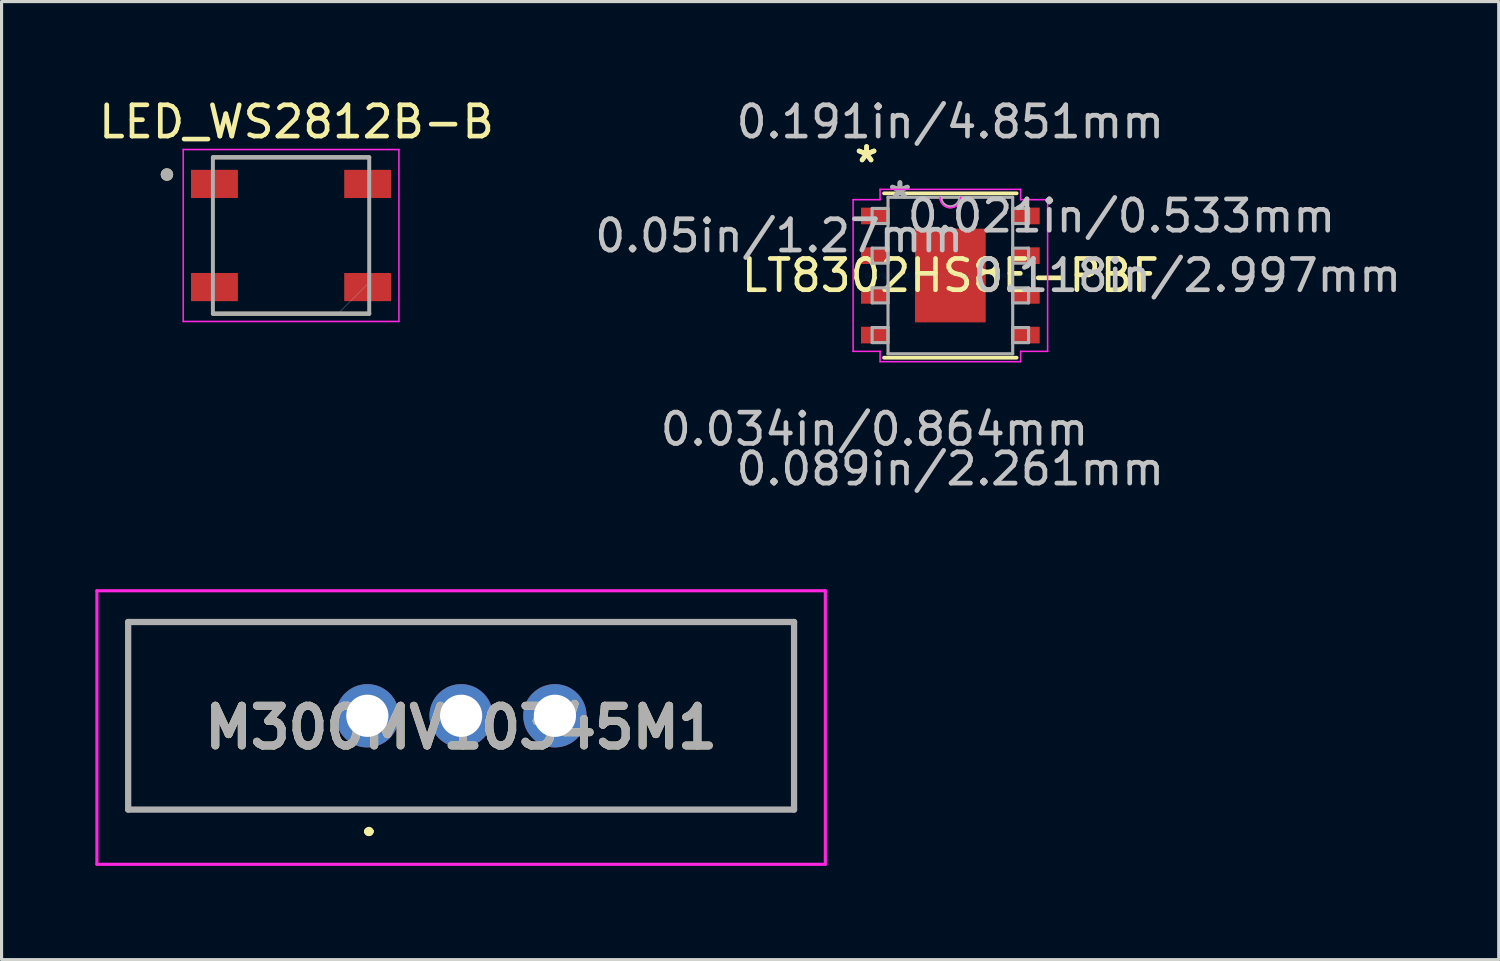
<source format=kicad_pcb>
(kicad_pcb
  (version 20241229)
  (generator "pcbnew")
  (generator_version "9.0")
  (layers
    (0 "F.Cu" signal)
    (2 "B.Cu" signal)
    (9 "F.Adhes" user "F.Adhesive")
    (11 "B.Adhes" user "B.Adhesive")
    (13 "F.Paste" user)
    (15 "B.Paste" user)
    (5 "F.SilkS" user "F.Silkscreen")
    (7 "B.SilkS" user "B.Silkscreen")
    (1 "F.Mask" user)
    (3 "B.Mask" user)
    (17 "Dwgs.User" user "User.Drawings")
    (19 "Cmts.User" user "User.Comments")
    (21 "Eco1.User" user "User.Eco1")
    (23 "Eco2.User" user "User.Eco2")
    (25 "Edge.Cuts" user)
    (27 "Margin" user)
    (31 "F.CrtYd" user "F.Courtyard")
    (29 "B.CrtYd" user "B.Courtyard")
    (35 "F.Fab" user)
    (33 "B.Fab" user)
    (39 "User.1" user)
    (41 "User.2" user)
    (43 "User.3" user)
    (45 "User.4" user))
  (footprint "LED_WS2812B-B"
    (layer "F.Cu")
    (at 6.26 4.483)
    (property "Reference" "LED_WS2812B-B" (at 0.175 -3.635 0) (layer "F.SilkS") (effects (font (size 1 1) (thickness 0.15))))
    (attr through_hole)
    (fp_line (start 2.5 -2.5) (end -2.5 -2.5) (stroke (width 0.127) (type solid)) (layer "F.SilkS"))
    (fp_line (start 2.5 2.5) (end -2.5 2.5) (stroke (width 0.127) (type solid)) (layer "F.SilkS"))
    (fp_circle (center -3.97 -1.95) (end -3.87 -1.95) (stroke (width 0.2) (type solid)) (fill no) (layer "F.SilkS"))
    (fp_line (start -3.45 -2.75) (end 3.45 -2.75) (stroke (width 0.05) (type solid)) (layer "F.CrtYd"))
    (fp_line (start -3.45 2.75) (end -3.45 -2.75) (stroke (width 0.05) (type solid)) (layer "F.CrtYd"))
    (fp_line (start 3.45 -2.75) (end 3.45 2.75) (stroke (width 0.05) (type solid)) (layer "F.CrtYd"))
    (fp_line (start 3.45 2.75) (end -3.45 2.75) (stroke (width 0.05) (type solid)) (layer "F.CrtYd"))
    (fp_line (start -2.5 -2.5) (end 2.5 -2.5) (stroke (width 0.127) (type solid)) (layer "F.Fab"))
    (fp_line (start -2.5 2.5) (end -2.5 -2.5) (stroke (width 0.127) (type solid)) (layer "F.Fab"))
    (fp_line (start 2.5 -2.5) (end 2.5 2.5) (stroke (width 0.127) (type solid)) (layer "F.Fab"))
    (fp_line (start 2.5 2.5) (end -2.5 2.5) (stroke (width 0.127) (type solid)) (layer "F.Fab"))
    (fp_circle (center -3.97 -1.95) (end -3.87 -1.95) (stroke (width 0.2) (type solid)) (fill no) (layer "F.Fab"))
    (fp_poly (pts (xy 2.5 2.5) (xy 1.5 2.5) (xy 2.5 1.5)) (stroke (width 0.01) (type solid)) (fill no) (layer "F.Fab"))
    (pad "1" smd rect (at -2.45 -1.65) (size 1.5 0.9) (layers "F.Cu" "F.Mask" "F.Paste"))
    (pad "2" smd rect (at -2.45 1.65) (size 1.5 0.9) (layers "F.Cu" "F.Mask" "F.Paste"))
    (pad "3" smd rect (at 2.45 1.65) (size 1.5 0.9) (layers "F.Cu" "F.Mask" "F.Paste"))
    (pad "4" smd rect (at 2.45 -1.65) (size 1.5 0.9) (layers "F.Cu" "F.Mask" "F.Paste")))
  (footprint "M300MV10345M1"
    (layer "F.Cu")
    (at 8.7 19.846)
    (property "Reference" "M300MV10345M1" (at 3 0.375 0) (layer "F.SilkS") (effects (font (size 1.27 1.27) (thickness 0.254))))
    (attr through_hole)
    (fp_line (start -7.65 -3) (end 13.65 -3) (stroke (width 0.1) (type solid)) (layer "F.SilkS"))
    (fp_line (start -7.65 3) (end -7.65 -3) (stroke (width 0.1) (type solid)) (layer "F.SilkS"))
    (fp_line (start 0 3.7) (end 0 3.7) (stroke (width 0.2) (type solid)) (layer "F.SilkS"))
    (fp_line (start 0 3.7) (end 0 3.7) (stroke (width 0.2) (type solid)) (layer "F.SilkS"))
    (fp_line (start 0.1 3.7) (end 0.1 3.7) (stroke (width 0.2) (type solid)) (layer "F.SilkS"))
    (fp_line (start 13.65 -3) (end 13.65 3) (stroke (width 0.1) (type solid)) (layer "F.SilkS"))
    (fp_line (start 13.65 3) (end -7.65 3) (stroke (width 0.1) (type solid)) (layer "F.SilkS"))
    (fp_arc (start 0 3.7) (mid 0.05 3.65) (end 0.1 3.7) (stroke (width 0.2) (type solid)) (layer "F.SilkS"))
    (fp_arc (start 0.1 3.7) (mid 0.05 3.75) (end 0 3.7) (stroke (width 0.2) (type solid)) (layer "F.SilkS"))
    (fp_arc (start 0.1 3.7) (mid 0.05 3.75) (end 0 3.7) (stroke (width 0.2) (type solid)) (layer "F.SilkS"))
    (fp_line (start -8.65 -4) (end 14.65 -4) (stroke (width 0.1) (type solid)) (layer "F.CrtYd"))
    (fp_line (start -8.65 4.75) (end -8.65 -4) (stroke (width 0.1) (type solid)) (layer "F.CrtYd"))
    (fp_line (start 14.65 -4) (end 14.65 4.75) (stroke (width 0.1) (type solid)) (layer "F.CrtYd"))
    (fp_line (start 14.65 4.75) (end -8.65 4.75) (stroke (width 0.1) (type solid)) (layer "F.CrtYd"))
    (fp_line (start -7.65 -3) (end -7.65 3) (stroke (width 0.2) (type solid)) (layer "F.Fab"))
    (fp_line (start -7.65 3) (end 13.65 3) (stroke (width 0.2) (type solid)) (layer "F.Fab"))
    (fp_line (start 13.65 -3) (end -7.65 -3) (stroke (width 0.2) (type solid)) (layer "F.Fab"))
    (fp_line (start 13.65 3) (end 13.65 -3) (stroke (width 0.2) (type solid)) (layer "F.Fab"))
    (fp_text user "${REFERENCE}" (at 3 0.375 0) (layer "F.Fab") (effects (font (size 1.27 1.27) (thickness 0.254))))
    (pad "1" thru_hole circle (at 0 0) (size 2.025 2.025) (drill 1.35) (layers "*.Cu" "*.Mask"))
    (pad "2" thru_hole circle (at 3 0) (size 2.025 2.025) (drill 1.35) (layers "*.Cu" "*.Mask"))
    (pad "3" thru_hole circle (at 6 0) (size 2.025 2.025) (drill 1.35) (layers "*.Cu" "*.Mask")))
  (footprint "LT8302HS8E-PBF"
    (layer "F.Cu")
    (at 27.349 5.763)
    (property "Reference" "LT8302HS8E-PBF" (at 0 0 0) (layer "F.SilkS") (effects (font (size 1 1) (thickness 0.15))))
    (attr through_hole)
    (fp_line (start -2.121 2.629) (end 2.121 2.629) (stroke (width 0.12) (type solid)) (layer "F.SilkS"))
    (fp_line (start 2.121 -2.629) (end -2.121 -2.629) (stroke (width 0.12) (type solid)) (layer "F.SilkS"))
    (fp_poly (pts (xy -1.03 -1.399) (xy -1.03 -0.1) (xy 1.03 -0.1) (xy 1.03 -1.399)) (stroke (width 0.1) (type solid)) (fill yes) (layer "F.Paste"))
    (fp_poly (pts (xy -1.03 0.1) (xy -1.03 1.399) (xy 1.03 1.399) (xy 1.03 0.1)) (stroke (width 0.1) (type solid)) (fill yes) (layer "F.Paste"))
    (fp_line (start -3.111 -2.426) (end -2.248 -2.426) (stroke (width 0.05) (type solid)) (layer "F.CrtYd"))
    (fp_line (start -3.111 2.426) (end -3.111 -2.426) (stroke (width 0.05) (type solid)) (layer "F.CrtYd"))
    (fp_line (start -2.248 -2.756) (end 2.248 -2.756) (stroke (width 0.05) (type solid)) (layer "F.CrtYd"))
    (fp_line (start -2.248 -2.426) (end -2.248 -2.756) (stroke (width 0.05) (type solid)) (layer "F.CrtYd"))
    (fp_line (start -2.248 2.426) (end -3.111 2.426) (stroke (width 0.05) (type solid)) (layer "F.CrtYd"))
    (fp_line (start -2.248 2.756) (end -2.248 2.426) (stroke (width 0.05) (type solid)) (layer "F.CrtYd"))
    (fp_line (start 2.248 -2.756) (end 2.248 -2.426) (stroke (width 0.05) (type solid)) (layer "F.CrtYd"))
    (fp_line (start 2.248 -2.426) (end 3.111 -2.426) (stroke (width 0.05) (type solid)) (layer "F.CrtYd"))
    (fp_line (start 2.248 2.426) (end 2.248 2.756) (stroke (width 0.05) (type solid)) (layer "F.CrtYd"))
    (fp_line (start 2.248 2.756) (end -2.248 2.756) (stroke (width 0.05) (type solid)) (layer "F.CrtYd"))
    (fp_line (start 3.111 -2.426) (end 3.111 2.426) (stroke (width 0.05) (type solid)) (layer "F.CrtYd"))
    (fp_line (start 3.111 2.426) (end 2.248 2.426) (stroke (width 0.05) (type solid)) (layer "F.CrtYd"))
    (fp_arc (start 0.332317 -2.5019) (mid 0 -2.169583) (end -0.332317 -2.5019) (stroke (width 0.05) (type solid)) (layer "F.CrtYd"))
    (fp_line (start -2.502 -2.146) (end -2.502 -1.664) (stroke (width 0.1) (type solid)) (layer "F.Fab"))
    (fp_line (start -2.502 -1.664) (end -1.994 -1.664) (stroke (width 0.1) (type solid)) (layer "F.Fab"))
    (fp_line (start -2.502 -0.876) (end -2.502 -0.394) (stroke (width 0.1) (type solid)) (layer "F.Fab"))
    (fp_line (start -2.502 -0.394) (end -1.994 -0.394) (stroke (width 0.1) (type solid)) (layer "F.Fab"))
    (fp_line (start -2.502 0.394) (end -2.502 0.876) (stroke (width 0.1) (type solid)) (layer "F.Fab"))
    (fp_line (start -2.502 0.876) (end -1.994 0.876) (stroke (width 0.1) (type solid)) (layer "F.Fab"))
    (fp_line (start -2.502 1.664) (end -2.502 2.146) (stroke (width 0.1) (type solid)) (layer "F.Fab"))
    (fp_line (start -2.502 2.146) (end -1.994 2.146) (stroke (width 0.1) (type solid)) (layer "F.Fab"))
    (fp_line (start -1.994 -2.502) (end -1.994 2.502) (stroke (width 0.1) (type solid)) (layer "F.Fab"))
    (fp_line (start -1.994 -2.146) (end -2.502 -2.146) (stroke (width 0.1) (type solid)) (layer "F.Fab"))
    (fp_line (start -1.994 -1.664) (end -1.994 -2.146) (stroke (width 0.1) (type solid)) (layer "F.Fab"))
    (fp_line (start -1.994 -0.876) (end -2.502 -0.876) (stroke (width 0.1) (type solid)) (layer "F.Fab"))
    (fp_line (start -1.994 -0.394) (end -1.994 -0.876) (stroke (width 0.1) (type solid)) (layer "F.Fab"))
    (fp_line (start -1.994 0.394) (end -2.502 0.394) (stroke (width 0.1) (type solid)) (layer "F.Fab"))
    (fp_line (start -1.994 0.876) (end -1.994 0.394) (stroke (width 0.1) (type solid)) (layer "F.Fab"))
    (fp_line (start -1.994 1.664) (end -2.502 1.664) (stroke (width 0.1) (type solid)) (layer "F.Fab"))
    (fp_line (start -1.994 2.146) (end -1.994 1.664) (stroke (width 0.1) (type solid)) (layer "F.Fab"))
    (fp_line (start -1.994 2.502) (end 1.994 2.502) (stroke (width 0.1) (type solid)) (layer "F.Fab"))
    (fp_line (start 1.994 -2.502) (end -1.994 -2.502) (stroke (width 0.1) (type solid)) (layer "F.Fab"))
    (fp_line (start 1.994 -2.146) (end 1.994 -1.664) (stroke (width 0.1) (type solid)) (layer "F.Fab"))
    (fp_line (start 1.994 -1.664) (end 2.502 -1.664) (stroke (width 0.1) (type solid)) (layer "F.Fab"))
    (fp_line (start 1.994 -0.876) (end 1.994 -0.394) (stroke (width 0.1) (type solid)) (layer "F.Fab"))
    (fp_line (start 1.994 -0.394) (end 2.502 -0.394) (stroke (width 0.1) (type solid)) (layer "F.Fab"))
    (fp_line (start 1.994 0.394) (end 1.994 0.876) (stroke (width 0.1) (type solid)) (layer "F.Fab"))
    (fp_line (start 1.994 0.876) (end 2.502 0.876) (stroke (width 0.1) (type solid)) (layer "F.Fab"))
    (fp_line (start 1.994 1.664) (end 1.994 2.146) (stroke (width 0.1) (type solid)) (layer "F.Fab"))
    (fp_line (start 1.994 2.146) (end 2.502 2.146) (stroke (width 0.1) (type solid)) (layer "F.Fab"))
    (fp_line (start 1.994 2.502) (end 1.994 -2.502) (stroke (width 0.1) (type solid)) (layer "F.Fab"))
    (fp_line (start 2.502 -2.146) (end 1.994 -2.146) (stroke (width 0.1) (type solid)) (layer "F.Fab"))
    (fp_line (start 2.502 -1.664) (end 2.502 -2.146) (stroke (width 0.1) (type solid)) (layer "F.Fab"))
    (fp_line (start 2.502 -0.876) (end 1.994 -0.876) (stroke (width 0.1) (type solid)) (layer "F.Fab"))
    (fp_line (start 2.502 -0.394) (end 2.502 -0.876) (stroke (width 0.1) (type solid)) (layer "F.Fab"))
    (fp_line (start 2.502 0.394) (end 1.994 0.394) (stroke (width 0.1) (type solid)) (layer "F.Fab"))
    (fp_line (start 2.502 0.876) (end 2.502 0.394) (stroke (width 0.1) (type solid)) (layer "F.Fab"))
    (fp_line (start 2.502 1.664) (end 1.994 1.664) (stroke (width 0.1) (type solid)) (layer "F.Fab"))
    (fp_line (start 2.502 2.146) (end 2.502 1.664) (stroke (width 0.1) (type solid)) (layer "F.Fab"))
    (fp_arc (start 0.3048 -2.5019) (mid 0 -2.1971) (end -0.3048 -2.5019) (stroke (width 0.1) (type solid)) (layer "F.Fab"))
    (fp_text user "*" (at -2.68 -3.581 0) (layer "F.SilkS") (effects (font (size 1 1) (thickness 0.15))))
    (fp_text user "*" (at -2.68 -3.581 0) (layer "F.SilkS") (effects (font (size 1 1) (thickness 0.15))))
    (fp_text user "0.089in/2.261mm" (at 0 6.185 0) (layer "Dwgs.User") (effects (font (size 1 1) (thickness 0.15))))
    (fp_text user "0.034in/0.864mm" (at -2.426 4.915 0) (layer "Dwgs.User") (effects (font (size 1 1) (thickness 0.15))))
    (fp_text user "0.118in/2.997mm" (at 7.582 0 0) (layer "Dwgs.User") (effects (font (size 1 1) (thickness 0.15))))
    (fp_text user "0.05in/1.27mm" (at -5.474 -1.27 0) (layer "Dwgs.User") (effects (font (size 1 1) (thickness 0.15))))
    (fp_text user "0.191in/4.851mm" (at 0 -4.915 0) (layer "Dwgs.User") (effects (font (size 1 1) (thickness 0.15))))
    (fp_text user "0.021in/0.533mm" (at 5.474 -1.905 0) (layer "Dwgs.User") (effects (font (size 1 1) (thickness 0.15))))
    (fp_text user "Copyright 2021 Accelerated Designs. All rights reserved." (at 0 0 0) (layer "Cmts.User") (effects (font (size 0.127 0.127) (thickness 0.002))))
    (fp_text user "*" (at -1.613 -2.426 0) (layer "F.Fab") (effects (font (size 1 1) (thickness 0.15))))
    (fp_text user "*" (at -1.613 -2.426 0) (layer "F.Fab") (effects (font (size 1 1) (thickness 0.15))))
    (pad "1" smd rect (at -2.426 -1.905) (size 0.864 0.533) (layers "F.Cu" "F.Mask" "F.Paste"))
    (pad "2" smd rect (at -2.426 -0.635) (size 0.864 0.533) (layers "F.Cu" "F.Mask" "F.Paste"))
    (pad "3" smd rect (at -2.426 0.635) (size 0.864 0.533) (layers "F.Cu" "F.Mask" "F.Paste"))
    (pad "4" smd rect (at -2.426 1.905) (size 0.864 0.533) (layers "F.Cu" "F.Mask" "F.Paste"))
    (pad "5" smd rect (at 2.426 1.905) (size 0.864 0.533) (layers "F.Cu" "F.Mask" "F.Paste"))
    (pad "6" smd rect (at 2.426 0.635) (size 0.864 0.533) (layers "F.Cu" "F.Mask" "F.Paste"))
    (pad "7" smd rect (at 2.426 -0.635) (size 0.864 0.533) (layers "F.Cu" "F.Mask" "F.Paste"))
    (pad "8" smd rect (at 2.426 -1.905) (size 0.864 0.533) (layers "F.Cu" "F.Mask" "F.Paste"))
    (pad "EPAD" smd rect (at 0 0) (size 2.261 2.997) (layers "F.Cu" "F.Mask" "F.Paste")))
  (gr_rect
    (start -3 -3)
    (end 44.889 27.646)
    (stroke (width 0.1) (type default))
    (fill no)
    (layer "Edge.Cuts")))
</source>
